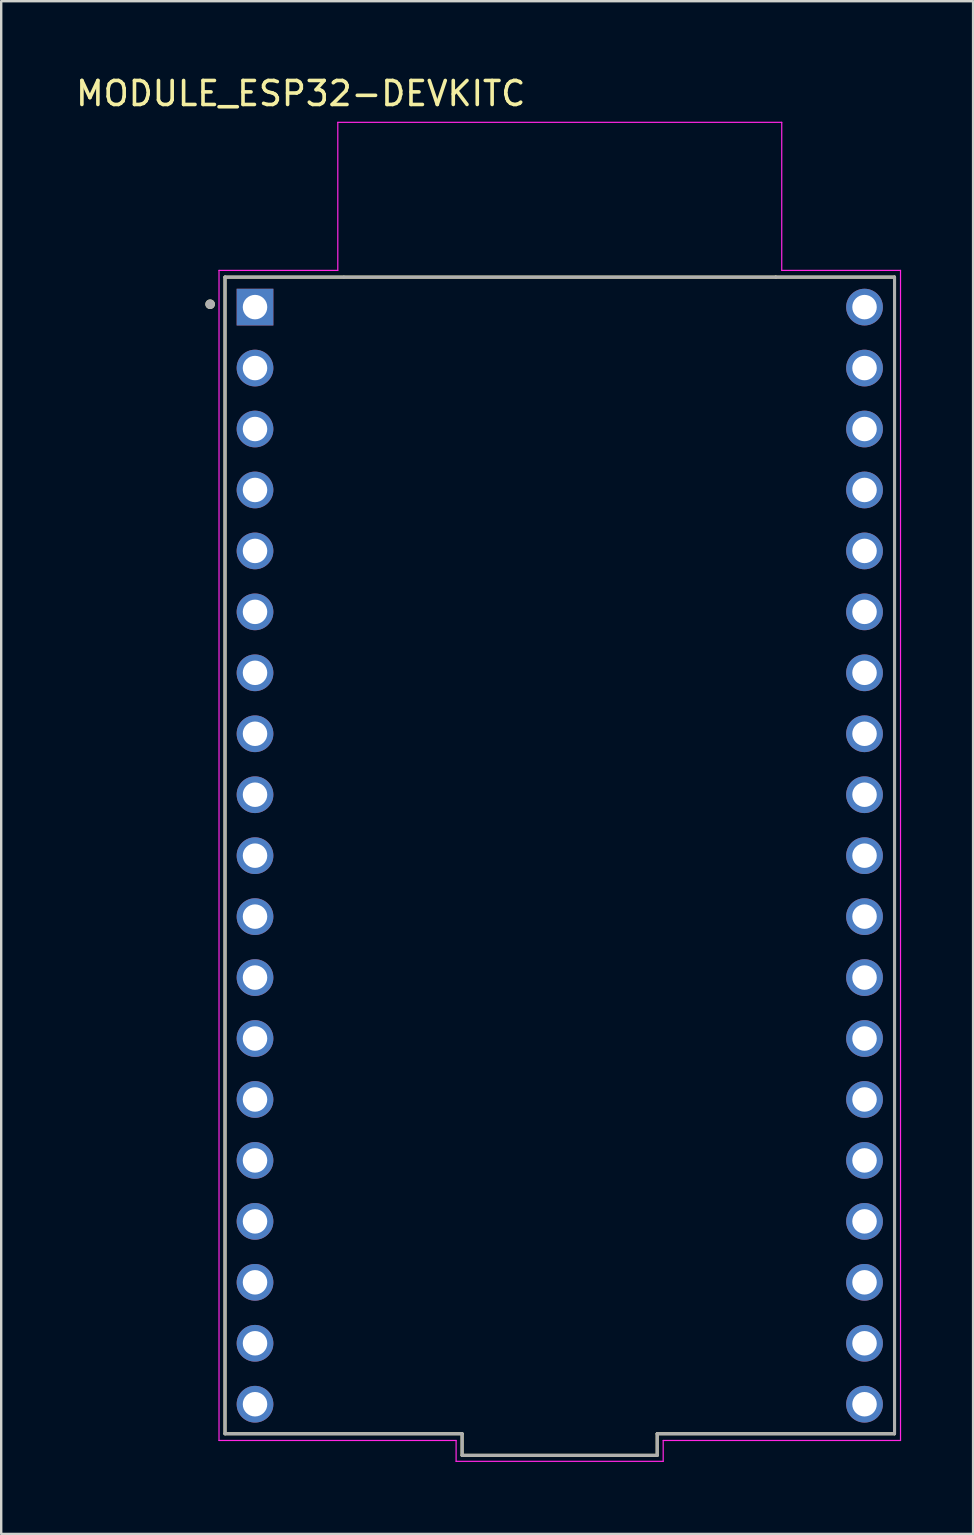
<source format=kicad_pcb>
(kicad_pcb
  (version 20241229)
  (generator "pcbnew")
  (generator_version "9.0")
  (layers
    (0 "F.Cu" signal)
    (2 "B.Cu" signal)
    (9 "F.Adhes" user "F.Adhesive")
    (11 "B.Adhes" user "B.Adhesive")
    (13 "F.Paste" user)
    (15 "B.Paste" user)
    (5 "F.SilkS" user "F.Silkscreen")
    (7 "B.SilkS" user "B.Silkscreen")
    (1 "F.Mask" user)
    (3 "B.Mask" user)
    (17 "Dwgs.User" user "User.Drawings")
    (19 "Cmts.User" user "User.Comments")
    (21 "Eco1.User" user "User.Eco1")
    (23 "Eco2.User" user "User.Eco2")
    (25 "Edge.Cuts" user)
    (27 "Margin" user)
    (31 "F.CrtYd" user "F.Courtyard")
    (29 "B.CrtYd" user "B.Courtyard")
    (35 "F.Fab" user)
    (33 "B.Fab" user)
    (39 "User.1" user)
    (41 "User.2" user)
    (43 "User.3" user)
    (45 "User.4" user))
  (footprint "MODULE_ESP32-DEVKITC"
    (layer "F.Cu")
    (at 20.277 32.598)
    (property "Reference" "MODULE_ESP32-DEVKITC" (at -10.795 -31.75 0) (layer "F.SilkS") (effects (font (size 1 1) (thickness 0.15))))
    (attr through_hole)
    (fp_line (start -13.95 -24.1) (end -13.95 24.1) (stroke (width 0.127) (type solid)) (layer "F.SilkS"))
    (fp_line (start -13.95 24.1) (end -4.07 24.1) (stroke (width 0.127) (type solid)) (layer "F.SilkS"))
    (fp_line (start -4.07 24.1) (end -4.07 25) (stroke (width 0.127) (type solid)) (layer "F.SilkS"))
    (fp_line (start -4.07 25) (end 4.06 25) (stroke (width 0.127) (type solid)) (layer "F.SilkS"))
    (fp_line (start 4.06 24.1) (end 13.95 24.1) (stroke (width 0.127) (type solid)) (layer "F.SilkS"))
    (fp_line (start 4.06 25) (end 4.06 24.1) (stroke (width 0.127) (type solid)) (layer "F.SilkS"))
    (fp_line (start 9 -24.1) (end -13.95 -24.1) (stroke (width 0.127) (type solid)) (layer "F.SilkS"))
    (fp_line (start 13.95 -24.1) (end 9 -24.1) (stroke (width 0.127) (type solid)) (layer "F.SilkS"))
    (fp_line (start 13.95 24.1) (end 13.95 -24.1) (stroke (width 0.127) (type solid)) (layer "F.SilkS"))
    (fp_circle (center -14.57 -22.97) (end -14.47 -22.97) (stroke (width 0.2) (type solid)) (fill no) (layer "F.SilkS"))
    (fp_line (start -14.2 -24.38) (end -14.2 24.38) (stroke (width 0.05) (type solid)) (layer "F.CrtYd"))
    (fp_line (start -14.2 24.38) (end -4.32 24.38) (stroke (width 0.05) (type solid)) (layer "F.CrtYd"))
    (fp_line (start -9.25 -30.55) (end 9.25 -30.55) (stroke (width 0.05) (type solid)) (layer "F.CrtYd"))
    (fp_line (start -9.25 -24.38) (end -14.2 -24.38) (stroke (width 0.05) (type solid)) (layer "F.CrtYd"))
    (fp_line (start -9.25 -24.38) (end -9.25 -30.55) (stroke (width 0.05) (type solid)) (layer "F.CrtYd"))
    (fp_line (start -4.32 24.38) (end -4.32 25.25) (stroke (width 0.05) (type solid)) (layer "F.CrtYd"))
    (fp_line (start -4.32 25.25) (end 4.31 25.25) (stroke (width 0.05) (type solid)) (layer "F.CrtYd"))
    (fp_line (start 4.31 24.38) (end 14.2 24.38) (stroke (width 0.05) (type solid)) (layer "F.CrtYd"))
    (fp_line (start 4.31 25.25) (end 4.31 24.38) (stroke (width 0.05) (type solid)) (layer "F.CrtYd"))
    (fp_line (start 9.25 -30.55) (end 9.25 -24.38) (stroke (width 0.05) (type solid)) (layer "F.CrtYd"))
    (fp_line (start 14.2 -24.38) (end 9.25 -24.38) (stroke (width 0.05) (type solid)) (layer "F.CrtYd"))
    (fp_line (start 14.2 24.38) (end 14.2 -24.38) (stroke (width 0.05) (type solid)) (layer "F.CrtYd"))
    (fp_line (start -13.95 -24.1) (end -13.95 24.1) (stroke (width 0.127) (type solid)) (layer "F.Fab"))
    (fp_line (start -13.95 24.1) (end -4.07 24.1) (stroke (width 0.127) (type solid)) (layer "F.Fab"))
    (fp_line (start -9 -24.1) (end -13.95 -24.1) (stroke (width 0.127) (type solid)) (layer "F.Fab"))
    (fp_line (start -4.07 24.1) (end -4.07 25) (stroke (width 0.127) (type solid)) (layer "F.Fab"))
    (fp_line (start -4.07 25) (end 4.06 25) (stroke (width 0.127) (type solid)) (layer "F.Fab"))
    (fp_line (start 4.06 24.1) (end 13.95 24.1) (stroke (width 0.127) (type solid)) (layer "F.Fab"))
    (fp_line (start 4.06 25) (end 4.06 24.1) (stroke (width 0.127) (type solid)) (layer "F.Fab"))
    (fp_line (start 9 -24.1) (end -9 -24.1) (stroke (width 0.127) (type solid)) (layer "F.Fab"))
    (fp_line (start 13.95 -24.1) (end 9 -24.1) (stroke (width 0.127) (type solid)) (layer "F.Fab"))
    (fp_line (start 13.95 24.1) (end 13.95 -24.1) (stroke (width 0.127) (type solid)) (layer "F.Fab"))
    (fp_circle (center -14.57 -22.97) (end -14.47 -22.97) (stroke (width 0.2) (type solid)) (fill no) (layer "F.Fab"))
    (pad "1" thru_hole rect (at -12.7 -22.85) (size 1.53 1.53) (drill 1.02) (layers "*.Cu" "*.Mask"))
    (pad "2" thru_hole circle (at -12.7 -20.31) (size 1.53 1.53) (drill 1.02) (layers "*.Cu" "*.Mask"))
    (pad "3" thru_hole circle (at -12.7 -17.77) (size 1.53 1.53) (drill 1.02) (layers "*.Cu" "*.Mask"))
    (pad "4" thru_hole circle (at -12.7 -15.23) (size 1.53 1.53) (drill 1.02) (layers "*.Cu" "*.Mask"))
    (pad "5" thru_hole circle (at -12.7 -12.69) (size 1.53 1.53) (drill 1.02) (layers "*.Cu" "*.Mask"))
    (pad "6" thru_hole circle (at -12.7 -10.15) (size 1.53 1.53) (drill 1.02) (layers "*.Cu" "*.Mask"))
    (pad "7" thru_hole circle (at -12.7 -7.61) (size 1.53 1.53) (drill 1.02) (layers "*.Cu" "*.Mask"))
    (pad "8" thru_hole circle (at -12.7 -5.07) (size 1.53 1.53) (drill 1.02) (layers "*.Cu" "*.Mask"))
    (pad "9" thru_hole circle (at -12.7 -2.53) (size 1.53 1.53) (drill 1.02) (layers "*.Cu" "*.Mask"))
    (pad "10" thru_hole circle (at -12.7 0.01) (size 1.53 1.53) (drill 1.02) (layers "*.Cu" "*.Mask"))
    (pad "11" thru_hole circle (at -12.7 2.55) (size 1.53 1.53) (drill 1.02) (layers "*.Cu" "*.Mask"))
    (pad "12" thru_hole circle (at -12.7 5.09) (size 1.53 1.53) (drill 1.02) (layers "*.Cu" "*.Mask"))
    (pad "13" thru_hole circle (at -12.7 7.63) (size 1.53 1.53) (drill 1.02) (layers "*.Cu" "*.Mask"))
    (pad "14" thru_hole circle (at -12.7 10.17) (size 1.53 1.53) (drill 1.02) (layers "*.Cu" "*.Mask"))
    (pad "15" thru_hole circle (at -12.7 12.71) (size 1.53 1.53) (drill 1.02) (layers "*.Cu" "*.Mask"))
    (pad "16" thru_hole circle (at -12.7 15.25) (size 1.53 1.53) (drill 1.02) (layers "*.Cu" "*.Mask"))
    (pad "17" thru_hole circle (at -12.7 17.79) (size 1.53 1.53) (drill 1.02) (layers "*.Cu" "*.Mask"))
    (pad "18" thru_hole circle (at -12.7 20.33) (size 1.53 1.53) (drill 1.02) (layers "*.Cu" "*.Mask"))
    (pad "19" thru_hole circle (at -12.7 22.87) (size 1.53 1.53) (drill 1.02) (layers "*.Cu" "*.Mask"))
    (pad "20" thru_hole circle (at 12.7 22.87) (size 1.53 1.53) (drill 1.02) (layers "*.Cu" "*.Mask"))
    (pad "21" thru_hole circle (at 12.7 20.33) (size 1.53 1.53) (drill 1.02) (layers "*.Cu" "*.Mask"))
    (pad "22" thru_hole circle (at 12.7 17.79) (size 1.53 1.53) (drill 1.02) (layers "*.Cu" "*.Mask"))
    (pad "23" thru_hole circle (at 12.7 15.25) (size 1.53 1.53) (drill 1.02) (layers "*.Cu" "*.Mask"))
    (pad "24" thru_hole circle (at 12.7 12.71) (size 1.53 1.53) (drill 1.02) (layers "*.Cu" "*.Mask"))
    (pad "25" thru_hole circle (at 12.7 10.17) (size 1.53 1.53) (drill 1.02) (layers "*.Cu" "*.Mask"))
    (pad "26" thru_hole circle (at 12.7 7.63) (size 1.53 1.53) (drill 1.02) (layers "*.Cu" "*.Mask"))
    (pad "27" thru_hole circle (at 12.7 5.09) (size 1.53 1.53) (drill 1.02) (layers "*.Cu" "*.Mask"))
    (pad "28" thru_hole circle (at 12.7 2.55) (size 1.53 1.53) (drill 1.02) (layers "*.Cu" "*.Mask"))
    (pad "29" thru_hole circle (at 12.7 0.01) (size 1.53 1.53) (drill 1.02) (layers "*.Cu" "*.Mask"))
    (pad "30" thru_hole circle (at 12.7 -2.53) (size 1.53 1.53) (drill 1.02) (layers "*.Cu" "*.Mask"))
    (pad "31" thru_hole circle (at 12.7 -5.07) (size 1.53 1.53) (drill 1.02) (layers "*.Cu" "*.Mask"))
    (pad "32" thru_hole circle (at 12.7 -7.61) (size 1.53 1.53) (drill 1.02) (layers "*.Cu" "*.Mask"))
    (pad "33" thru_hole circle (at 12.7 -10.15) (size 1.53 1.53) (drill 1.02) (layers "*.Cu" "*.Mask"))
    (pad "34" thru_hole circle (at 12.7 -12.69) (size 1.53 1.53) (drill 1.02) (layers "*.Cu" "*.Mask"))
    (pad "35" thru_hole circle (at 12.7 -15.23) (size 1.53 1.53) (drill 1.02) (layers "*.Cu" "*.Mask"))
    (pad "36" thru_hole circle (at 12.7 -17.77) (size 1.53 1.53) (drill 1.02) (layers "*.Cu" "*.Mask"))
    (pad "37" thru_hole circle (at 12.7 -20.31) (size 1.53 1.53) (drill 1.02) (layers "*.Cu" "*.Mask"))
    (pad "38" thru_hole circle (at 12.7 -22.85) (size 1.53 1.53) (drill 1.02) (layers "*.Cu" "*.Mask"))
    (zone (net_name "") (layer "F.Cu") (name "KEEP OUT") (hatch edge 0.5) (connect_pads) (min_thickness 0.25) (filled_areas_thickness no) (keepout (tracks not_allowed) (vias not_allowed) (pads not_allowed) (copperpour not_allowed) (footprints not_allowed)) (placement (enabled no)) (fill) (polygon (pts (xy 29.421 8.214) (xy 29.421 2.118) (xy 11.133 2.118) (xy 11.133 8.214)))))
  (gr_rect
    (start -3 -3)
    (end 37.502 60.873)
    (stroke (width 0.1) (type default))
    (fill no)
    (layer "Edge.Cuts")))
</source>
